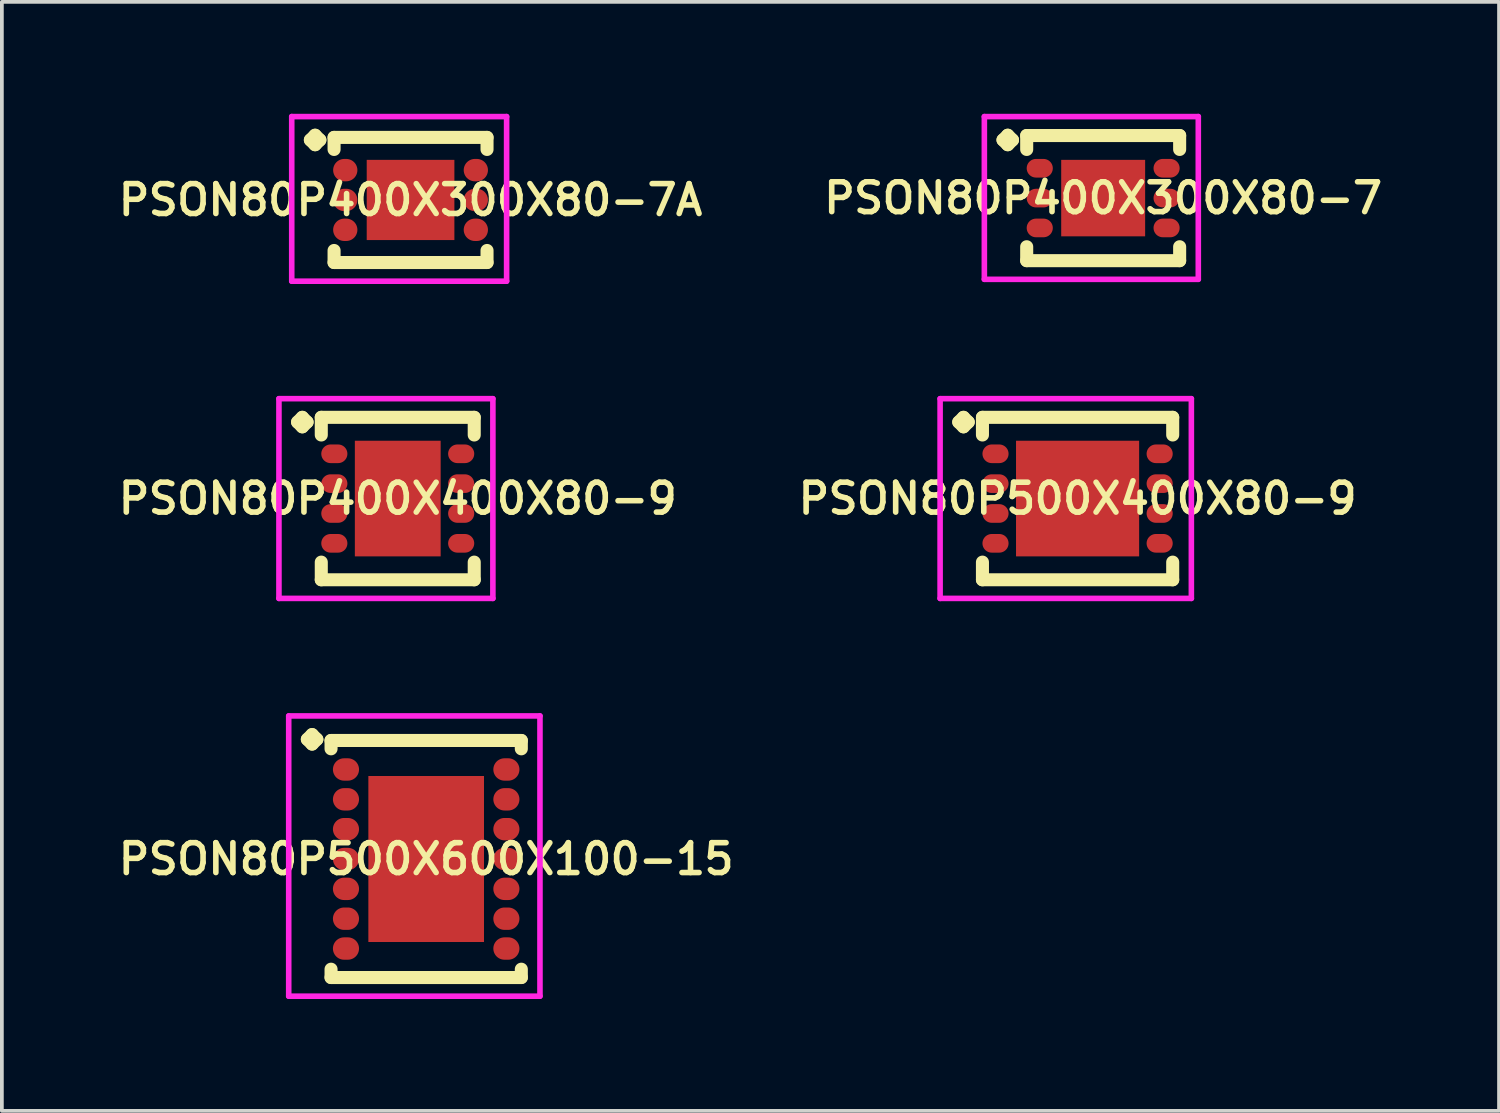
<source format=kicad_pcb>
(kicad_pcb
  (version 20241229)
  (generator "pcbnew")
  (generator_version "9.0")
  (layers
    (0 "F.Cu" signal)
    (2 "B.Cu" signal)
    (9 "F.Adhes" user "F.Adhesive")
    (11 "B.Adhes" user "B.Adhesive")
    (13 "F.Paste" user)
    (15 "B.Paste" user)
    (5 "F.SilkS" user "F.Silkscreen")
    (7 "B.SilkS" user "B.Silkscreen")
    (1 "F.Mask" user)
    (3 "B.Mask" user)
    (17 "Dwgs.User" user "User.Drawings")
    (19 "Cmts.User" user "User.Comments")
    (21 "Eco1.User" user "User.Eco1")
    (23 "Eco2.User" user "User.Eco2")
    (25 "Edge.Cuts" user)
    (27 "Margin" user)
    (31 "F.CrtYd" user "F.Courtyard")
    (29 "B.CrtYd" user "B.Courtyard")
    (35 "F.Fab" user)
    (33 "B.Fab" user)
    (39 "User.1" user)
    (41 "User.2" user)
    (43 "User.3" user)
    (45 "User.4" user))
  (footprint "PSON80P400X300X80-7A"
    (layer "F.Cu")
    (at 7.955 2.31)
    (property "Reference" "PSON80P400X300X80-7A" (at 0 0 0) (layer "F.SilkS") (effects (font (size 0.8 0.8) (thickness 0.15))))
    (attr through_hole)
    (fp_line (start -2.685 -1.608) (end -2.558 -1.735) (stroke (width 0.35) (type solid)) (layer "F.SilkS"))
    (fp_line (start -2.558 -1.735) (end -2.431 -1.608) (stroke (width 0.35) (type solid)) (layer "F.SilkS"))
    (fp_line (start -2.558 -1.481) (end -2.685 -1.608) (stroke (width 0.35) (type solid)) (layer "F.SilkS"))
    (fp_line (start -2.431 -1.608) (end -2.558 -1.481) (stroke (width 0.35) (type solid)) (layer "F.SilkS"))
    (fp_line (start -2.05 -1.677) (end 2.05 -1.677) (stroke (width 0.35) (type solid)) (layer "F.SilkS"))
    (fp_line (start -2.05 -1.354) (end -2.05 -1.677) (stroke (width 0.35) (type solid)) (layer "F.SilkS"))
    (fp_line (start -2.05 1.354) (end -2.05 1.677) (stroke (width 0.35) (type solid)) (layer "F.SilkS"))
    (fp_line (start -2.05 1.677) (end 2.05 1.677) (stroke (width 0.35) (type solid)) (layer "F.SilkS"))
    (fp_line (start 2.05 -1.677) (end 2.05 -1.354) (stroke (width 0.35) (type solid)) (layer "F.SilkS"))
    (fp_line (start 2.05 1.677) (end 2.05 1.354) (stroke (width 0.35) (type solid)) (layer "F.SilkS"))
    (fp_line (start -3.185 -2.235) (end 2.575 -2.235) (stroke (width 0.15) (type solid)) (layer "F.CrtYd"))
    (fp_line (start -3.185 2.177) (end -3.185 -2.235) (stroke (width 0.15) (type solid)) (layer "F.CrtYd"))
    (fp_line (start 2.575 -2.235) (end 2.575 2.177) (stroke (width 0.15) (type solid)) (layer "F.CrtYd"))
    (fp_line (start 2.575 2.177) (end -3.185 2.177) (stroke (width 0.15) (type solid)) (layer "F.CrtYd"))
    (pad "1" smd oval (at -1.75 -0.8) (size 0.65 0.6) (layers "F.Cu" "F.Mask" "F.Paste"))
    (pad "2" smd oval (at -1.75 0) (size 0.65 0.6) (layers "F.Cu" "F.Mask" "F.Paste"))
    (pad "3" smd oval (at -1.75 0.8) (size 0.65 0.6) (layers "F.Cu" "F.Mask" "F.Paste"))
    (pad "4" smd oval (at 1.75 0.8) (size 0.65 0.6) (layers "F.Cu" "F.Mask" "F.Paste"))
    (pad "5" smd oval (at 1.75 0) (size 0.65 0.6) (layers "F.Cu" "F.Mask" "F.Paste"))
    (pad "6" smd oval (at 1.75 -0.8) (size 0.65 0.6) (layers "F.Cu" "F.Mask" "F.Paste"))
    (pad "7" smd rect (at 0 0) (size 2.35 2.15) (layers "F.Cu" "F.Mask" "F.Paste")))
  (footprint "PSON80P400X400X80-9"
    (layer "F.Cu")
    (at 7.612 10.314)
    (property "Reference" "PSON80P400X400X80-9" (at 0 0 0) (layer "F.SilkS") (effects (font (size 0.8 0.8) (thickness 0.15))))
    (attr smd)
    (fp_line (start -2.685 -2.05) (end -2.558 -2.177) (stroke (width 0.35) (type solid)) (layer "F.SilkS"))
    (fp_line (start -2.558 -2.177) (end -2.431 -2.05) (stroke (width 0.35) (type solid)) (layer "F.SilkS"))
    (fp_line (start -2.558 -1.923) (end -2.685 -2.05) (stroke (width 0.35) (type solid)) (layer "F.SilkS"))
    (fp_line (start -2.431 -2.05) (end -2.558 -1.923) (stroke (width 0.35) (type solid)) (layer "F.SilkS"))
    (fp_line (start -2.05 -2.177) (end 2.05 -2.177) (stroke (width 0.35) (type solid)) (layer "F.SilkS"))
    (fp_line (start -2.05 -1.704) (end -2.05 -2.177) (stroke (width 0.35) (type solid)) (layer "F.SilkS"))
    (fp_line (start -2.05 1.704) (end -2.05 2.177) (stroke (width 0.35) (type solid)) (layer "F.SilkS"))
    (fp_line (start -2.05 2.177) (end 2.05 2.177) (stroke (width 0.35) (type solid)) (layer "F.SilkS"))
    (fp_line (start 2.05 -2.177) (end 2.05 -1.704) (stroke (width 0.35) (type solid)) (layer "F.SilkS"))
    (fp_line (start 2.05 2.177) (end 2.05 1.704) (stroke (width 0.35) (type solid)) (layer "F.SilkS"))
    (fp_line (start -3.185 -2.677) (end 2.55 -2.677) (stroke (width 0.15) (type solid)) (layer "F.CrtYd"))
    (fp_line (start -3.185 2.677) (end -3.185 -2.677) (stroke (width 0.15) (type solid)) (layer "F.CrtYd"))
    (fp_line (start 2.55 -2.677) (end 2.55 2.677) (stroke (width 0.15) (type solid)) (layer "F.CrtYd"))
    (fp_line (start 2.55 2.677) (end -3.185 2.677) (stroke (width 0.15) (type solid)) (layer "F.CrtYd"))
    (pad "1" smd oval (at -1.7 -1.2) (size 0.7 0.5) (layers "F.Cu" "F.Mask" "F.Paste"))
    (pad "2" smd oval (at -1.7 -0.4) (size 0.7 0.5) (layers "F.Cu" "F.Mask" "F.Paste"))
    (pad "3" smd oval (at -1.7 0.4) (size 0.7 0.5) (layers "F.Cu" "F.Mask" "F.Paste"))
    (pad "4" smd oval (at -1.7 1.2) (size 0.7 0.5) (layers "F.Cu" "F.Mask" "F.Paste"))
    (pad "5" smd oval (at 1.7 1.2) (size 0.7 0.5) (layers "F.Cu" "F.Mask" "F.Paste"))
    (pad "6" smd oval (at 1.7 0.4) (size 0.7 0.5) (layers "F.Cu" "F.Mask" "F.Paste"))
    (pad "7" smd oval (at 1.7 -0.4) (size 0.7 0.5) (layers "F.Cu" "F.Mask" "F.Paste"))
    (pad "8" smd oval (at 1.7 -1.2) (size 0.7 0.5) (layers "F.Cu" "F.Mask" "F.Paste"))
    (pad "9" smd rect (at 0 0) (size 2.3 3.1) (layers "F.Cu" "F.Mask" "F.Paste")))
  (footprint "PSON80P500X600X100-15"
    (layer "F.Cu")
    (at 8.374 19.976)
    (property "Reference" "PSON80P500X600X100-15" (at 0 0 0) (layer "F.SilkS") (effects (font (size 0.8 0.8) (thickness 0.15))))
    (attr smd)
    (fp_line (start -3.185 -3.208) (end -3.058 -3.335) (stroke (width 0.35) (type solid)) (layer "F.SilkS"))
    (fp_line (start -3.058 -3.335) (end -2.931 -3.208) (stroke (width 0.35) (type solid)) (layer "F.SilkS"))
    (fp_line (start -3.058 -3.081) (end -3.185 -3.208) (stroke (width 0.35) (type solid)) (layer "F.SilkS"))
    (fp_line (start -2.931 -3.208) (end -3.058 -3.081) (stroke (width 0.35) (type solid)) (layer "F.SilkS"))
    (fp_line (start -2.55 -3.177) (end 2.55 -3.177) (stroke (width 0.35) (type solid)) (layer "F.SilkS"))
    (fp_line (start -2.55 -2.954) (end -2.55 -3.177) (stroke (width 0.35) (type solid)) (layer "F.SilkS"))
    (fp_line (start -2.55 2.954) (end -2.55 3.177) (stroke (width 0.35) (type solid)) (layer "F.SilkS"))
    (fp_line (start -2.55 3.177) (end 2.55 3.177) (stroke (width 0.35) (type solid)) (layer "F.SilkS"))
    (fp_line (start 2.55 -3.177) (end 2.55 -2.954) (stroke (width 0.35) (type solid)) (layer "F.SilkS"))
    (fp_line (start 2.55 3.177) (end 2.55 2.954) (stroke (width 0.35) (type solid)) (layer "F.SilkS"))
    (fp_line (start -3.685 -3.835) (end 3.05 -3.835) (stroke (width 0.15) (type solid)) (layer "F.CrtYd"))
    (fp_line (start -3.685 3.677) (end -3.685 -3.835) (stroke (width 0.15) (type solid)) (layer "F.CrtYd"))
    (fp_line (start 3.05 -3.835) (end 3.05 3.677) (stroke (width 0.15) (type solid)) (layer "F.CrtYd"))
    (fp_line (start 3.05 3.677) (end -3.685 3.677) (stroke (width 0.15) (type solid)) (layer "F.CrtYd"))
    (pad "1" smd oval (at -2.15 -2.4) (size 0.7 0.6) (layers "F.Cu" "F.Mask" "F.Paste"))
    (pad "2" smd oval (at -2.15 -1.6) (size 0.7 0.6) (layers "F.Cu" "F.Mask" "F.Paste"))
    (pad "3" smd oval (at -2.15 -0.8) (size 0.7 0.6) (layers "F.Cu" "F.Mask" "F.Paste"))
    (pad "4" smd oval (at -2.15 0) (size 0.7 0.6) (layers "F.Cu" "F.Mask" "F.Paste"))
    (pad "5" smd oval (at -2.15 0.8) (size 0.7 0.6) (layers "F.Cu" "F.Mask" "F.Paste"))
    (pad "6" smd oval (at -2.15 1.6) (size 0.7 0.6) (layers "F.Cu" "F.Mask" "F.Paste"))
    (pad "7" smd oval (at -2.15 2.4) (size 0.7 0.6) (layers "F.Cu" "F.Mask" "F.Paste"))
    (pad "8" smd oval (at 2.15 2.4) (size 0.7 0.6) (layers "F.Cu" "F.Mask" "F.Paste"))
    (pad "9" smd oval (at 2.15 1.6) (size 0.7 0.6) (layers "F.Cu" "F.Mask" "F.Paste"))
    (pad "10" smd oval (at 2.15 0.8) (size 0.7 0.6) (layers "F.Cu" "F.Mask" "F.Paste"))
    (pad "11" smd oval (at 2.15 0) (size 0.7 0.6) (layers "F.Cu" "F.Mask" "F.Paste"))
    (pad "12" smd oval (at 2.15 -0.8) (size 0.7 0.6) (layers "F.Cu" "F.Mask" "F.Paste"))
    (pad "13" smd oval (at 2.15 -1.6) (size 0.7 0.6) (layers "F.Cu" "F.Mask" "F.Paste"))
    (pad "14" smd oval (at 2.15 -2.4) (size 0.7 0.6) (layers "F.Cu" "F.Mask" "F.Paste"))
    (pad "15" smd rect (at 0 0) (size 3.1 4.45) (layers "F.Cu" "F.Mask" "F.Paste")))
  (footprint "PSON80P400X300X80-7"
    (layer "F.Cu")
    (at 26.521 2.26)
    (property "Reference" "PSON80P400X300X80-7" (at 0 0 0) (layer "F.SilkS") (effects (font (size 0.8 0.8) (thickness 0.15))))
    (attr smd)
    (fp_line (start -2.685 -1.558) (end -2.558 -1.685) (stroke (width 0.35) (type solid)) (layer "F.SilkS"))
    (fp_line (start -2.558 -1.685) (end -2.431 -1.558) (stroke (width 0.35) (type solid)) (layer "F.SilkS"))
    (fp_line (start -2.558 -1.431) (end -2.685 -1.558) (stroke (width 0.35) (type solid)) (layer "F.SilkS"))
    (fp_line (start -2.431 -1.558) (end -2.558 -1.431) (stroke (width 0.35) (type solid)) (layer "F.SilkS"))
    (fp_line (start -2.05 -1.677) (end 2.05 -1.677) (stroke (width 0.35) (type solid)) (layer "F.SilkS"))
    (fp_line (start -2.05 -1.304) (end -2.05 -1.677) (stroke (width 0.35) (type solid)) (layer "F.SilkS"))
    (fp_line (start -2.05 1.304) (end -2.05 1.677) (stroke (width 0.35) (type solid)) (layer "F.SilkS"))
    (fp_line (start -2.05 1.677) (end 2.05 1.677) (stroke (width 0.35) (type solid)) (layer "F.SilkS"))
    (fp_line (start 2.05 -1.677) (end 2.05 -1.304) (stroke (width 0.35) (type solid)) (layer "F.SilkS"))
    (fp_line (start 2.05 1.677) (end 2.05 1.304) (stroke (width 0.35) (type solid)) (layer "F.SilkS"))
    (fp_line (start -3.185 -2.185) (end 2.55 -2.185) (stroke (width 0.15) (type solid)) (layer "F.CrtYd"))
    (fp_line (start -3.185 2.177) (end -3.185 -2.185) (stroke (width 0.15) (type solid)) (layer "F.CrtYd"))
    (fp_line (start 2.55 -2.185) (end 2.55 2.177) (stroke (width 0.15) (type solid)) (layer "F.CrtYd"))
    (fp_line (start 2.55 2.177) (end -3.185 2.177) (stroke (width 0.15) (type solid)) (layer "F.CrtYd"))
    (pad "1" smd oval (at -1.7 -0.8) (size 0.7 0.5) (layers "F.Cu" "F.Mask" "F.Paste"))
    (pad "2" smd oval (at -1.7 0) (size 0.7 0.5) (layers "F.Cu" "F.Mask" "F.Paste"))
    (pad "3" smd oval (at -1.7 0.8) (size 0.7 0.5) (layers "F.Cu" "F.Mask" "F.Paste"))
    (pad "4" smd oval (at 1.7 0.8) (size 0.7 0.5) (layers "F.Cu" "F.Mask" "F.Paste"))
    (pad "5" smd oval (at 1.7 0) (size 0.7 0.5) (layers "F.Cu" "F.Mask" "F.Paste"))
    (pad "6" smd oval (at 1.7 -0.8) (size 0.7 0.5) (layers "F.Cu" "F.Mask" "F.Paste"))
    (pad "7" smd rect (at 0 0) (size 2.25 2.05) (layers "F.Cu" "F.Mask" "F.Paste")))
  (footprint "PSON80P500X400X80-9"
    (layer "F.Cu")
    (at 25.835 10.314)
    (property "Reference" "PSON80P500X400X80-9" (at 0 0 0) (layer "F.SilkS") (effects (font (size 0.8 0.8) (thickness 0.15))))
    (attr smd)
    (fp_line (start -3.185 -2.05) (end -3.058 -2.177) (stroke (width 0.35) (type solid)) (layer "F.SilkS"))
    (fp_line (start -3.058 -2.177) (end -2.931 -2.05) (stroke (width 0.35) (type solid)) (layer "F.SilkS"))
    (fp_line (start -3.058 -1.923) (end -3.185 -2.05) (stroke (width 0.35) (type solid)) (layer "F.SilkS"))
    (fp_line (start -2.931 -2.05) (end -3.058 -1.923) (stroke (width 0.35) (type solid)) (layer "F.SilkS"))
    (fp_line (start -2.55 -2.177) (end 2.55 -2.177) (stroke (width 0.35) (type solid)) (layer "F.SilkS"))
    (fp_line (start -2.55 -1.704) (end -2.55 -2.177) (stroke (width 0.35) (type solid)) (layer "F.SilkS"))
    (fp_line (start -2.55 1.704) (end -2.55 2.177) (stroke (width 0.35) (type solid)) (layer "F.SilkS"))
    (fp_line (start -2.55 2.177) (end 2.55 2.177) (stroke (width 0.35) (type solid)) (layer "F.SilkS"))
    (fp_line (start 2.55 -2.177) (end 2.55 -1.704) (stroke (width 0.35) (type solid)) (layer "F.SilkS"))
    (fp_line (start 2.55 2.177) (end 2.55 1.704) (stroke (width 0.35) (type solid)) (layer "F.SilkS"))
    (fp_line (start -3.685 -2.677) (end 3.05 -2.677) (stroke (width 0.15) (type solid)) (layer "F.CrtYd"))
    (fp_line (start -3.685 2.677) (end -3.685 -2.677) (stroke (width 0.15) (type solid)) (layer "F.CrtYd"))
    (fp_line (start 3.05 -2.677) (end 3.05 2.677) (stroke (width 0.15) (type solid)) (layer "F.CrtYd"))
    (fp_line (start 3.05 2.677) (end -3.685 2.677) (stroke (width 0.15) (type solid)) (layer "F.CrtYd"))
    (pad "1" smd oval (at -2.2 -1.2) (size 0.7 0.5) (layers "F.Cu" "F.Mask" "F.Paste"))
    (pad "2" smd oval (at -2.2 -0.4) (size 0.7 0.5) (layers "F.Cu" "F.Mask" "F.Paste"))
    (pad "3" smd oval (at -2.2 0.4) (size 0.7 0.5) (layers "F.Cu" "F.Mask" "F.Paste"))
    (pad "4" smd oval (at -2.2 1.2) (size 0.7 0.5) (layers "F.Cu" "F.Mask" "F.Paste"))
    (pad "5" smd oval (at 2.2 1.2) (size 0.7 0.5) (layers "F.Cu" "F.Mask" "F.Paste"))
    (pad "6" smd oval (at 2.2 0.4) (size 0.7 0.5) (layers "F.Cu" "F.Mask" "F.Paste"))
    (pad "7" smd oval (at 2.2 -0.4) (size 0.7 0.5) (layers "F.Cu" "F.Mask" "F.Paste"))
    (pad "8" smd oval (at 2.2 -1.2) (size 0.7 0.5) (layers "F.Cu" "F.Mask" "F.Paste"))
    (pad "9" smd rect (at 0 0) (size 3.3 3.1) (layers "F.Cu" "F.Mask" "F.Paste")))
  (gr_rect
    (start -3 -3)
    (end 37.132 26.728)
    (stroke (width 0.1) (type default))
    (fill no)
    (layer "Edge.Cuts")))
</source>
